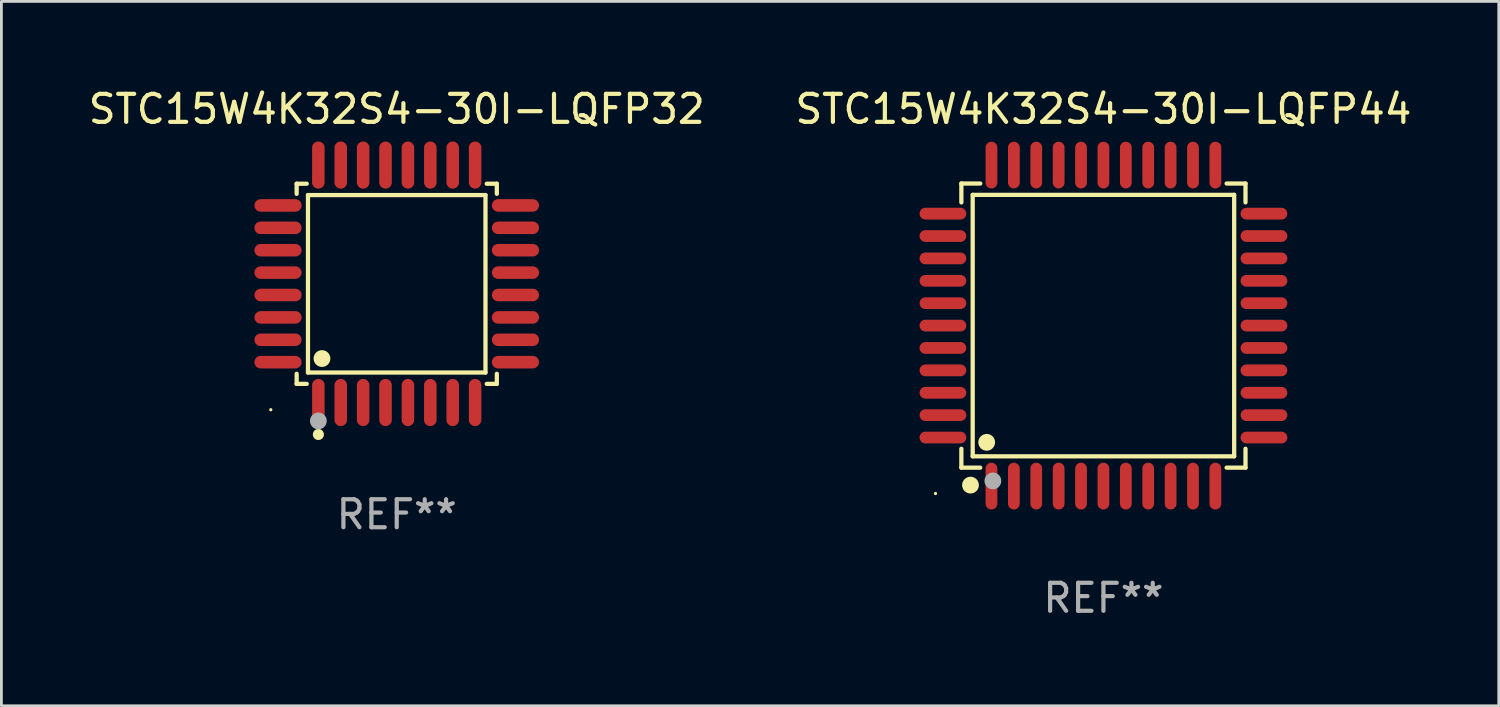
<source format=kicad_pcb>
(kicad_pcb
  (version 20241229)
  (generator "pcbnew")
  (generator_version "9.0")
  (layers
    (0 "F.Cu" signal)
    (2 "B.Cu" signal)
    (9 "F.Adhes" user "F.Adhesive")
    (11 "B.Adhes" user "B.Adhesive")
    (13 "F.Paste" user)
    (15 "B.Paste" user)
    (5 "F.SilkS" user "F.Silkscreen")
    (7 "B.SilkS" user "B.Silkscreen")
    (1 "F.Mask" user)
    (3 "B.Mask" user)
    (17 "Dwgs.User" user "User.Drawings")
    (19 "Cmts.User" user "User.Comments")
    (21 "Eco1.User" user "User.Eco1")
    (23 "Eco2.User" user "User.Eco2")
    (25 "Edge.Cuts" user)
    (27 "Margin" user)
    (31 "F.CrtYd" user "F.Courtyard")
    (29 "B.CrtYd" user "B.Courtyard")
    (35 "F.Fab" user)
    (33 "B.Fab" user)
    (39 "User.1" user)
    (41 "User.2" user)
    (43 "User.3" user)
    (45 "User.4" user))
  (footprint "STC15W4K32S4-30I-LQFP44"
    (layer "F.Cu")
    (at 36.375 8.583)
    (property "Reference" "STC15W4K32S4-30I-LQFP44" (at 0 -7.735 0) (layer "F.SilkS") (effects (font (size 1 1) (thickness 0.15))))
    (attr through_hole)
    (fp_line (start -5.076 -5.076) (end -4.401 -5.076) (stroke (width 0.152) (type solid)) (layer "F.SilkS"))
    (fp_line (start -5.076 -4.401) (end -5.076 -5.076) (stroke (width 0.152) (type solid)) (layer "F.SilkS"))
    (fp_line (start -5.076 4.401) (end -5.076 5.076) (stroke (width 0.152) (type solid)) (layer "F.SilkS"))
    (fp_line (start -5.076 5.076) (end -4.401 5.076) (stroke (width 0.152) (type solid)) (layer "F.SilkS"))
    (fp_line (start -4.671 -4.671) (end 4.671 -4.671) (stroke (width 0.152) (type solid)) (layer "F.SilkS"))
    (fp_line (start -4.671 4.671) (end -4.671 -4.671) (stroke (width 0.152) (type solid)) (layer "F.SilkS"))
    (fp_line (start 4.671 -4.671) (end 4.671 4.671) (stroke (width 0.152) (type solid)) (layer "F.SilkS"))
    (fp_line (start 4.671 4.671) (end -4.671 4.671) (stroke (width 0.152) (type solid)) (layer "F.SilkS"))
    (fp_line (start 5.076 -5.076) (end 4.401 -5.076) (stroke (width 0.152) (type solid)) (layer "F.SilkS"))
    (fp_line (start 5.076 -4.401) (end 5.076 -5.076) (stroke (width 0.152) (type solid)) (layer "F.SilkS"))
    (fp_line (start 5.076 4.401) (end 5.076 5.076) (stroke (width 0.152) (type solid)) (layer "F.SilkS"))
    (fp_line (start 5.076 5.076) (end 4.401 5.076) (stroke (width 0.152) (type solid)) (layer "F.SilkS"))
    (fp_circle (center -6 6) (end -5.97 6) (stroke (width 0.06) (type solid)) (fill no) (layer "F.SilkS"))
    (fp_circle (center -4.75 5.7) (end -4.6 5.7) (stroke (width 0.3) (type solid)) (fill no) (layer "F.SilkS"))
    (fp_circle (center -4.171 4.171) (end -4.021 4.171) (stroke (width 0.3) (type solid)) (fill no) (layer "F.SilkS"))
    (fp_circle (center -3.95 5.55) (end -3.8 5.55) (stroke (width 0.3) (type solid)) (fill no) (layer "F.Fab"))
    (fp_text user "REF**" (at 0 9.735 0) (layer "F.Fab") (effects (font (size 1 1) (thickness 0.15))))
    (pad "1" smd oval (at -4 5.735) (size 0.42 1.67) (layers "F.Cu" "F.Mask" "F.Paste"))
    (pad "2" smd oval (at -3.2 5.735) (size 0.42 1.67) (layers "F.Cu" "F.Mask" "F.Paste"))
    (pad "3" smd oval (at -2.4 5.735) (size 0.42 1.67) (layers "F.Cu" "F.Mask" "F.Paste"))
    (pad "4" smd oval (at -1.6 5.735) (size 0.42 1.67) (layers "F.Cu" "F.Mask" "F.Paste"))
    (pad "5" smd oval (at -0.8 5.735) (size 0.42 1.67) (layers "F.Cu" "F.Mask" "F.Paste"))
    (pad "6" smd oval (at 0 5.735) (size 0.42 1.67) (layers "F.Cu" "F.Mask" "F.Paste"))
    (pad "7" smd oval (at 0.8 5.735) (size 0.42 1.67) (layers "F.Cu" "F.Mask" "F.Paste"))
    (pad "8" smd oval (at 1.6 5.735) (size 0.42 1.67) (layers "F.Cu" "F.Mask" "F.Paste"))
    (pad "9" smd oval (at 2.4 5.735) (size 0.42 1.67) (layers "F.Cu" "F.Mask" "F.Paste"))
    (pad "10" smd oval (at 3.2 5.735) (size 0.42 1.67) (layers "F.Cu" "F.Mask" "F.Paste"))
    (pad "11" smd oval (at 4 5.735) (size 0.42 1.67) (layers "F.Cu" "F.Mask" "F.Paste"))
    (pad "12" smd oval (at 5.735 4) (size 1.67 0.42) (layers "F.Cu" "F.Mask" "F.Paste"))
    (pad "13" smd oval (at 5.735 3.2) (size 1.67 0.42) (layers "F.Cu" "F.Mask" "F.Paste"))
    (pad "14" smd oval (at 5.735 2.4) (size 1.67 0.42) (layers "F.Cu" "F.Mask" "F.Paste"))
    (pad "15" smd oval (at 5.735 1.6) (size 1.67 0.42) (layers "F.Cu" "F.Mask" "F.Paste"))
    (pad "16" smd oval (at 5.735 0.8) (size 1.67 0.42) (layers "F.Cu" "F.Mask" "F.Paste"))
    (pad "17" smd oval (at 5.735 0) (size 1.67 0.42) (layers "F.Cu" "F.Mask" "F.Paste"))
    (pad "18" smd oval (at 5.735 -0.8) (size 1.67 0.42) (layers "F.Cu" "F.Mask" "F.Paste"))
    (pad "19" smd oval (at 5.735 -1.6) (size 1.67 0.42) (layers "F.Cu" "F.Mask" "F.Paste"))
    (pad "20" smd oval (at 5.735 -2.4) (size 1.67 0.42) (layers "F.Cu" "F.Mask" "F.Paste"))
    (pad "21" smd oval (at 5.735 -3.2) (size 1.67 0.42) (layers "F.Cu" "F.Mask" "F.Paste"))
    (pad "22" smd oval (at 5.735 -4) (size 1.67 0.42) (layers "F.Cu" "F.Mask" "F.Paste"))
    (pad "23" smd oval (at 4 -5.735) (size 0.42 1.67) (layers "F.Cu" "F.Mask" "F.Paste"))
    (pad "24" smd oval (at 3.2 -5.735) (size 0.42 1.67) (layers "F.Cu" "F.Mask" "F.Paste"))
    (pad "25" smd oval (at 2.4 -5.735) (size 0.42 1.67) (layers "F.Cu" "F.Mask" "F.Paste"))
    (pad "26" smd oval (at 1.6 -5.735) (size 0.42 1.67) (layers "F.Cu" "F.Mask" "F.Paste"))
    (pad "27" smd oval (at 0.8 -5.735) (size 0.42 1.67) (layers "F.Cu" "F.Mask" "F.Paste"))
    (pad "28" smd oval (at 0 -5.735) (size 0.42 1.67) (layers "F.Cu" "F.Mask" "F.Paste"))
    (pad "29" smd oval (at -0.8 -5.735) (size 0.42 1.67) (layers "F.Cu" "F.Mask" "F.Paste"))
    (pad "30" smd oval (at -1.6 -5.735) (size 0.42 1.67) (layers "F.Cu" "F.Mask" "F.Paste"))
    (pad "31" smd oval (at -2.4 -5.735) (size 0.42 1.67) (layers "F.Cu" "F.Mask" "F.Paste"))
    (pad "32" smd oval (at -3.2 -5.735) (size 0.42 1.67) (layers "F.Cu" "F.Mask" "F.Paste"))
    (pad "33" smd oval (at -4 -5.735) (size 0.42 1.67) (layers "F.Cu" "F.Mask" "F.Paste"))
    (pad "34" smd oval (at -5.735 -4) (size 1.67 0.42) (layers "F.Cu" "F.Mask" "F.Paste"))
    (pad "35" smd oval (at -5.735 -3.2) (size 1.67 0.42) (layers "F.Cu" "F.Mask" "F.Paste"))
    (pad "36" smd oval (at -5.735 -2.4) (size 1.67 0.42) (layers "F.Cu" "F.Mask" "F.Paste"))
    (pad "37" smd oval (at -5.735 -1.6) (size 1.67 0.42) (layers "F.Cu" "F.Mask" "F.Paste"))
    (pad "38" smd oval (at -5.735 -0.8) (size 1.67 0.42) (layers "F.Cu" "F.Mask" "F.Paste"))
    (pad "39" smd oval (at -5.735 0) (size 1.67 0.42) (layers "F.Cu" "F.Mask" "F.Paste"))
    (pad "40" smd oval (at -5.735 0.8) (size 1.67 0.42) (layers "F.Cu" "F.Mask" "F.Paste"))
    (pad "41" smd oval (at -5.735 1.6) (size 1.67 0.42) (layers "F.Cu" "F.Mask" "F.Paste"))
    (pad "42" smd oval (at -5.735 2.4) (size 1.67 0.42) (layers "F.Cu" "F.Mask" "F.Paste"))
    (pad "43" smd oval (at -5.735 3.2) (size 1.67 0.42) (layers "F.Cu" "F.Mask" "F.Paste"))
    (pad "44" smd oval (at -5.735 4) (size 1.67 0.42) (layers "F.Cu" "F.Mask" "F.Paste")))
  (footprint "STC15W4K32S4-30I-LQFP32"
    (layer "F.Cu")
    (at 11.125 7.09)
    (property "Reference" "STC15W4K32S4-30I-LQFP32" (at 0 -6.242 0) (layer "F.SilkS") (effects (font (size 1 1) (thickness 0.15))))
    (attr through_hole)
    (fp_line (start -3.576 -3.576) (end -3.215 -3.576) (stroke (width 0.152) (type solid)) (layer "F.SilkS"))
    (fp_line (start -3.576 -3.215) (end -3.576 -3.576) (stroke (width 0.152) (type solid)) (layer "F.SilkS"))
    (fp_line (start -3.576 3.215) (end -3.576 3.576) (stroke (width 0.152) (type solid)) (layer "F.SilkS"))
    (fp_line (start -3.576 3.576) (end -3.215 3.576) (stroke (width 0.152) (type solid)) (layer "F.SilkS"))
    (fp_line (start -3.171 -3.171) (end 3.171 -3.171) (stroke (width 0.152) (type solid)) (layer "F.SilkS"))
    (fp_line (start -3.171 3.171) (end -3.171 -3.171) (stroke (width 0.152) (type solid)) (layer "F.SilkS"))
    (fp_line (start 3.171 -3.171) (end 3.171 3.171) (stroke (width 0.152) (type solid)) (layer "F.SilkS"))
    (fp_line (start 3.171 3.171) (end -3.171 3.171) (stroke (width 0.152) (type solid)) (layer "F.SilkS"))
    (fp_line (start 3.576 -3.576) (end 3.215 -3.576) (stroke (width 0.152) (type solid)) (layer "F.SilkS"))
    (fp_line (start 3.576 -3.215) (end 3.576 -3.576) (stroke (width 0.152) (type solid)) (layer "F.SilkS"))
    (fp_line (start 3.576 3.215) (end 3.576 3.576) (stroke (width 0.152) (type solid)) (layer "F.SilkS"))
    (fp_line (start 3.576 3.576) (end 3.215 3.576) (stroke (width 0.152) (type solid)) (layer "F.SilkS"))
    (fp_circle (center -4.5 4.5) (end -4.47 4.5) (stroke (width 0.06) (type solid)) (fill no) (layer "F.SilkS"))
    (fp_circle (center -2.8 5.384) (end -2.7 5.384) (stroke (width 0.2) (type solid)) (fill no) (layer "F.SilkS"))
    (fp_circle (center -2.671 2.671) (end -2.521 2.671) (stroke (width 0.3) (type solid)) (fill no) (layer "F.SilkS"))
    (fp_circle (center -2.8 4.9) (end -2.65 4.9) (stroke (width 0.3) (type solid)) (fill no) (layer "F.Fab"))
    (fp_text user "REF**" (at 0 8.242 0) (layer "F.Fab") (effects (font (size 1 1) (thickness 0.15))))
    (pad "1" smd oval (at -2.8 4.242) (size 0.448 1.684) (layers "F.Cu" "F.Mask" "F.Paste"))
    (pad "2" smd oval (at -2 4.242) (size 0.448 1.684) (layers "F.Cu" "F.Mask" "F.Paste"))
    (pad "3" smd oval (at -1.2 4.242) (size 0.448 1.684) (layers "F.Cu" "F.Mask" "F.Paste"))
    (pad "4" smd oval (at -0.4 4.242) (size 0.448 1.684) (layers "F.Cu" "F.Mask" "F.Paste"))
    (pad "5" smd oval (at 0.4 4.242) (size 0.448 1.684) (layers "F.Cu" "F.Mask" "F.Paste"))
    (pad "6" smd oval (at 1.2 4.242) (size 0.448 1.684) (layers "F.Cu" "F.Mask" "F.Paste"))
    (pad "7" smd oval (at 2 4.242) (size 0.448 1.684) (layers "F.Cu" "F.Mask" "F.Paste"))
    (pad "8" smd oval (at 2.8 4.242) (size 0.448 1.684) (layers "F.Cu" "F.Mask" "F.Paste"))
    (pad "9" smd oval (at 4.242 2.8) (size 1.684 0.448) (layers "F.Cu" "F.Mask" "F.Paste"))
    (pad "10" smd oval (at 4.242 2) (size 1.684 0.448) (layers "F.Cu" "F.Mask" "F.Paste"))
    (pad "11" smd oval (at 4.242 1.2) (size 1.684 0.448) (layers "F.Cu" "F.Mask" "F.Paste"))
    (pad "12" smd oval (at 4.242 0.4) (size 1.684 0.448) (layers "F.Cu" "F.Mask" "F.Paste"))
    (pad "13" smd oval (at 4.242 -0.4) (size 1.684 0.448) (layers "F.Cu" "F.Mask" "F.Paste"))
    (pad "14" smd oval (at 4.242 -1.2) (size 1.684 0.448) (layers "F.Cu" "F.Mask" "F.Paste"))
    (pad "15" smd oval (at 4.242 -2) (size 1.684 0.448) (layers "F.Cu" "F.Mask" "F.Paste"))
    (pad "16" smd oval (at 4.242 -2.8) (size 1.684 0.448) (layers "F.Cu" "F.Mask" "F.Paste"))
    (pad "17" smd oval (at 2.8 -4.242) (size 0.448 1.684) (layers "F.Cu" "F.Mask" "F.Paste"))
    (pad "18" smd oval (at 2 -4.242) (size 0.448 1.684) (layers "F.Cu" "F.Mask" "F.Paste"))
    (pad "19" smd oval (at 1.2 -4.242) (size 0.448 1.684) (layers "F.Cu" "F.Mask" "F.Paste"))
    (pad "20" smd oval (at 0.4 -4.242) (size 0.448 1.684) (layers "F.Cu" "F.Mask" "F.Paste"))
    (pad "21" smd oval (at -0.4 -4.242) (size 0.448 1.684) (layers "F.Cu" "F.Mask" "F.Paste"))
    (pad "22" smd oval (at -1.2 -4.242) (size 0.448 1.684) (layers "F.Cu" "F.Mask" "F.Paste"))
    (pad "23" smd oval (at -2 -4.242) (size 0.448 1.684) (layers "F.Cu" "F.Mask" "F.Paste"))
    (pad "24" smd oval (at -2.8 -4.242) (size 0.448 1.684) (layers "F.Cu" "F.Mask" "F.Paste"))
    (pad "25" smd oval (at -4.242 -2.8) (size 1.684 0.448) (layers "F.Cu" "F.Mask" "F.Paste"))
    (pad "26" smd oval (at -4.242 -2) (size 1.684 0.448) (layers "F.Cu" "F.Mask" "F.Paste"))
    (pad "27" smd oval (at -4.242 -1.2) (size 1.684 0.448) (layers "F.Cu" "F.Mask" "F.Paste"))
    (pad "28" smd oval (at -4.242 -0.4) (size 1.684 0.448) (layers "F.Cu" "F.Mask" "F.Paste"))
    (pad "29" smd oval (at -4.242 0.4) (size 1.684 0.448) (layers "F.Cu" "F.Mask" "F.Paste"))
    (pad "30" smd oval (at -4.242 1.2) (size 1.684 0.448) (layers "F.Cu" "F.Mask" "F.Paste"))
    (pad "31" smd oval (at -4.242 2) (size 1.684 0.448) (layers "F.Cu" "F.Mask" "F.Paste"))
    (pad "32" smd oval (at -4.242 2.8) (size 1.684 0.448) (layers "F.Cu" "F.Mask" "F.Paste")))
  (gr_rect
    (start -3 -3)
    (end 50.5 22.167)
    (stroke (width 0.1) (type default))
    (fill no)
    (layer "Edge.Cuts")))
</source>
